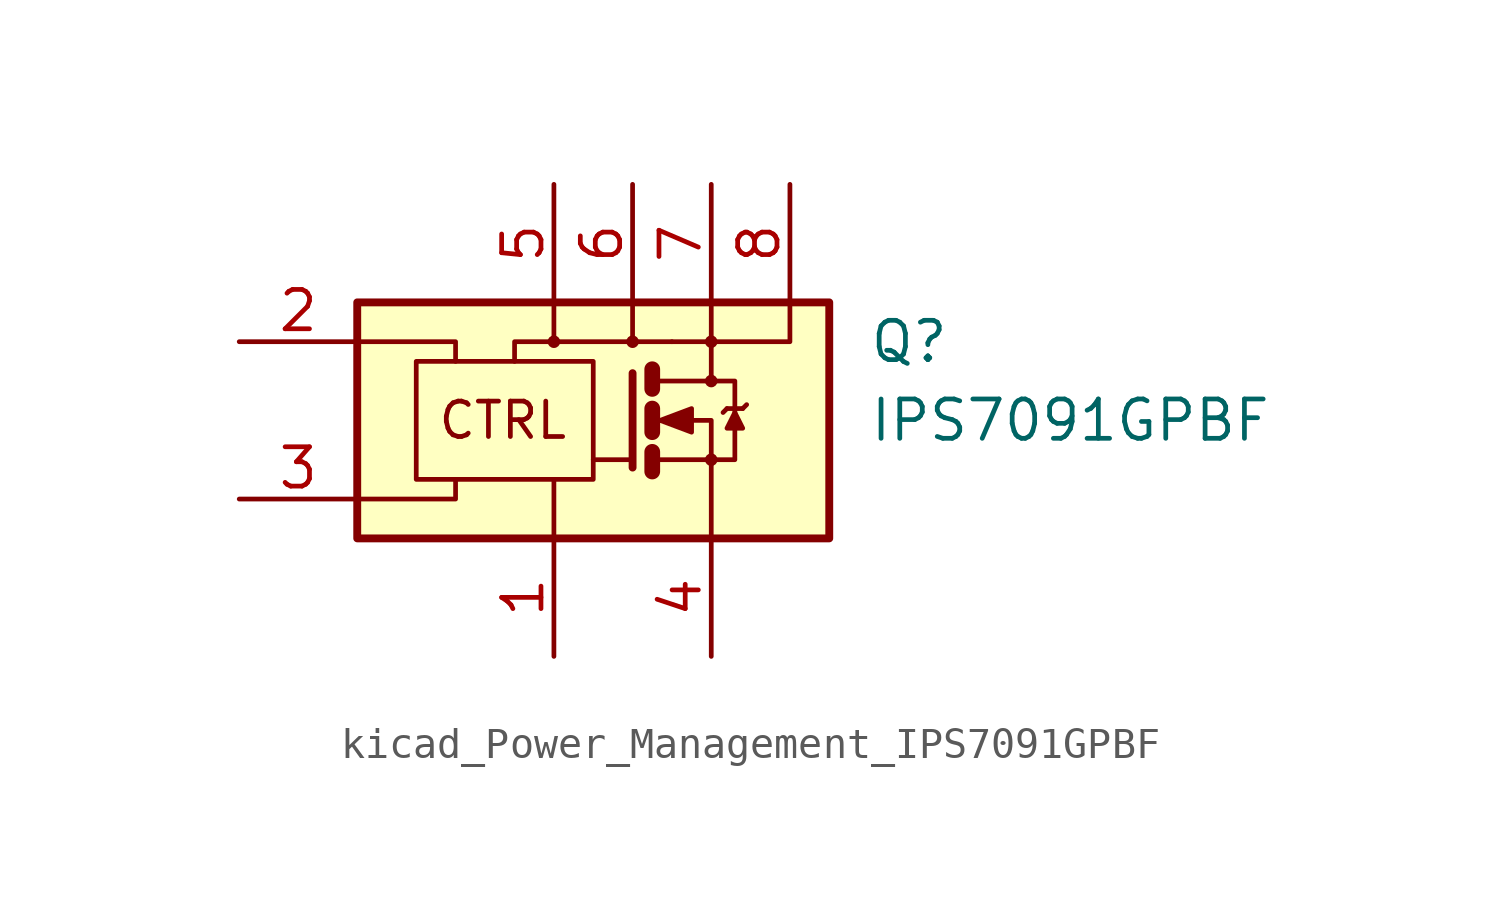
<source format=kicad_sym>
(kicad_symbol_lib
  (version 20220914)
  (generator kicad_symbol_editor)
  (symbol "kicad_Power_Management_IPS7091GPBF"
    (pin_names
      (offset 0) hide)
    (property "Reference" "Q"
      (at 10.16 2.54 0)
      (effects (font (size 1.27 1.27)) (justify left)))
    (property "Value" "IPS7091GPBF"
      (at 10.16 0 0)
      (effects (font (size 1.27 1.27)) (justify left)))
    (symbol "kicad_Power_Management_IPS7091GPBF_0_0"
      (rectangle (start -6.35 3.81) (end 8.89 -3.81) (stroke (width 0.254) (type default)) (fill (type background)))
      (polyline (pts (xy 0 -3.81) (xy 0 -1.905)) (stroke (width 0) (type default)) (fill (type none)))
      (polyline (pts (xy 0 2.54) (xy 0 3.81)) (stroke (width 0) (type default)) (fill (type none)))
      (polyline (pts (xy 2.54 2.54) (xy 2.54 3.81)) (stroke (width 0) (type default)) (fill (type none)))
      (polyline (pts (xy -6.35 -2.54) (xy -3.175 -2.54) (xy -3.175 -1.905)) (stroke (width 0) (type default)) (fill (type none)))
      (polyline (pts (xy -6.35 2.54) (xy -3.175 2.54) (xy -3.175 1.905)) (stroke (width 0) (type default)) (fill (type none)))
      (polyline (pts (xy -1.27 1.905) (xy -1.27 2.54) (xy 3.81 2.54)) (stroke (width 0) (type default)) (fill (type none)))
      (polyline (pts (xy 3.81 2.54) (xy 5.08 2.54) (xy 5.08 3.81)) (stroke (width 0) (type default)) (fill (type none)))
      (circle (center 0 2.54) (radius 0.127) (stroke (width 0) (type default)) (fill (type none)))
      (circle (center 2.54 2.54) (radius 0.127) (stroke (width 0) (type default)) (fill (type none)))
      (circle (center 5.08 2.54) (radius 0.127) (stroke (width 0) (type default)) (fill (type none)))
      (text "CTRL" (at -1.651 0 0) (effects (font (size 1.143 1.143)))))
    (symbol "kicad_Power_Management_IPS7091GPBF_0_1"
      (rectangle (start -4.445 1.905) (end 1.27 -1.905) (stroke (width 0) (type default)) (fill (type none)))
      (polyline (pts (xy 2.54 -1.27) (xy 1.27 -1.27)) (stroke (width 0) (type default)) (fill (type none)))
      (polyline (pts (xy 3.175 -1.016) (xy 3.175 -1.651)) (stroke (width 0.508) (type default)) (fill (type none)))
      (polyline (pts (xy 3.175 0.381) (xy 3.175 -0.381)) (stroke (width 0.508) (type default)) (fill (type none)))
      (polyline (pts (xy 3.175 1.651) (xy 3.175 1.016)) (stroke (width 0.508) (type default)) (fill (type none)))
      (polyline (pts (xy 3.302 -1.27) (xy 5.08 -1.27)) (stroke (width 0) (type default)) (fill (type none)))
      (polyline (pts (xy 3.302 1.27) (xy 5.08 1.27)) (stroke (width 0) (type default)) (fill (type none)))
      (polyline (pts (xy 5.08 1.27) (xy 5.08 2.54)) (stroke (width 0) (type default)) (fill (type none)))
      (polyline (pts (xy 5.588 0.381) (xy 5.461 0.254)) (stroke (width 0) (type default)) (fill (type none)))
      (polyline (pts (xy 5.588 0.381) (xy 6.096 0.381)) (stroke (width 0) (type default)) (fill (type none)))
      (polyline (pts (xy 6.096 0.381) (xy 6.223 0.508)) (stroke (width 0) (type default)) (fill (type none)))
      (polyline (pts (xy 2.54 1.524) (xy 2.54 -1.524) (xy 2.54 -1.524)) (stroke (width 0.254) (type default)) (fill (type none)))
      (polyline (pts (xy 3.302 0) (xy 5.08 0) (xy 5.08 -3.81)) (stroke (width 0) (type default)) (fill (type none)))
      (polyline (pts (xy 5.08 2.54) (xy 7.62 2.54) (xy 7.62 3.81)) (stroke (width 0) (type default)) (fill (type none)))
      (polyline (pts (xy 5.08 1.27) (xy 5.842 1.27) (xy 5.842 -1.27) (xy 5.08 -1.27)) (stroke (width 0) (type default)) (fill (type none)))
      (polyline (pts (xy 5.842 0.254) (xy 5.588 -0.254) (xy 6.096 -0.254) (xy 5.842 0.254)) (stroke (width 0) (type default)) (fill (type outline)))
      (polyline (pts (xy 3.429 0) (xy 4.445 0.381) (xy 4.445 -0.381) (xy 3.429 0) (xy 3.556 0) (xy 3.556 0)) (stroke (width 0) (type default)) (fill (type outline)))
      (circle (center 5.08 -1.27) (radius 0.127) (stroke (width 0) (type default)) (fill (type none)))
      (circle (center 5.08 1.27) (radius 0.127) (stroke (width 0) (type default)) (fill (type none))))
    (symbol "kicad_Power_Management_IPS7091GPBF_1_1"
      (pin power_in line (at 0 -7.62 90) (length 3.81) (name "GND" (effects (font (size 1.27 1.27)))) (number "1" (effects (font (size 1.27 1.27)))))
      (pin input line (at -10.16 2.54 0) (length 3.81) (name "IN" (effects (font (size 1.27 1.27)))) (number "2" (effects (font (size 1.27 1.27)))))
      (pin bidirectional line (at -10.16 -2.54 0) (length 3.81) (name "DG" (effects (font (size 1.27 1.27)))) (number "3" (effects (font (size 1.27 1.27)))))
      (pin output line (at 5.08 -7.62 90) (length 3.81) (name "OUT" (effects (font (size 1.27 1.27)))) (number "4" (effects (font (size 1.27 1.27)))))
      (pin power_in line (at 0 7.62 270) (length 3.81) (name "VCC" (effects (font (size 1.27 1.27)))) (number "5" (effects (font (size 1.27 1.27)))))
      (pin power_in line (at 2.54 7.62 270) (length 3.81) (name "~" (effects (font (size 1.27 1.27)))) (number "6" (effects (font (size 1.27 1.27)))))
      (pin power_in line (at 5.08 7.62 270) (length 3.81) (name "~" (effects (font (size 1.27 1.27)))) (number "7" (effects (font (size 1.27 1.27)))))
      (pin power_in line (at 7.62 7.62 270) (length 3.81) (name "~" (effects (font (size 1.27 1.27)))) (number "8" (effects (font (size 1.27 1.27))))))))
</source>
